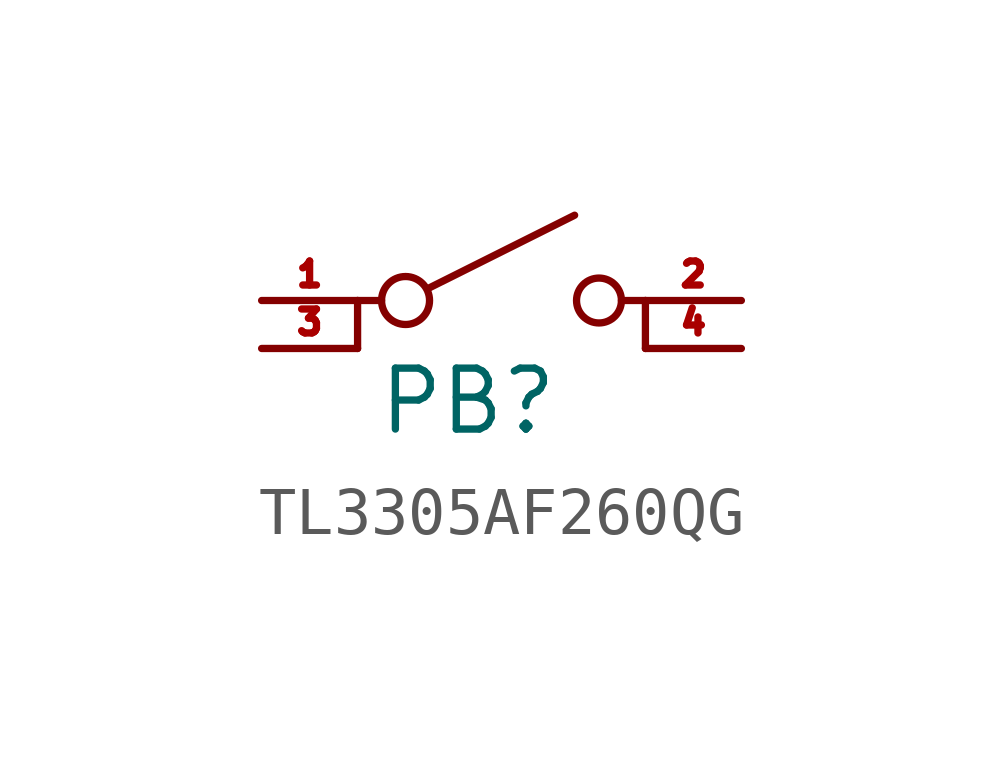
<source format=kicad_sym>
(kicad_symbol_lib
  (version 20211014)
  (generator kicad_symbol_editor)
  (symbol "TL3305AF260QG"
    (property "Reference" "PB"
      (at -0.7 -2.1 0)
      (effects (font (size 1.27 1.27))))
    (symbol "TL3305AF260QG_0_0"
      (circle (center -2 0) (radius 0.5) (stroke (width 0) (type default) (color 0 0 0 0)) (fill (type none)))
      (polyline (pts (xy -1.524 0.254) (xy 1.524 1.778)) (stroke (width 0) (type default) (color 0 0 0 0)) (fill (type none)))
      (circle (center 2.032 0) (radius 0.468) (stroke (width 0) (type default) (color 0 0 0 0)) (fill (type none))))
    (symbol "TL3305AF260QG_0_1"
      (polyline (pts (xy -3 -1) (xy -3 0)) (stroke (width 0) (type default) (color 0 0 0 0)) (fill (type none)))
      (polyline (pts (xy -3 0) (xy -2.5 0)) (stroke (width 0) (type default) (color 0 0 0 0)) (fill (type none)))
      (polyline (pts (xy 3 -1) (xy 3 0)) (stroke (width 0) (type default) (color 0 0 0 0)) (fill (type none)))
      (polyline (pts (xy 3 0) (xy 2.5 0)) (stroke (width 0) (type default) (color 0 0 0 0)) (fill (type none))))
    (symbol "TL3305AF260QG_1_1"
      (pin passive line (at -5 0 0) (length 2) (name "" (effects (font (size 1.27 1.27)))) (number "1" (effects (font (size 0.5 0.5)))))
      (pin passive line (at 5 0 180) (length 2) (name "" (effects (font (size 1.27 1.27)))) (number "2" (effects (font (size 0.5 0.5)))))
      (pin passive line (at -5 -1 0) (length 2) (name "" (effects (font (size 1.27 1.27)))) (number "3" (effects (font (size 0.5 0.5)))))
      (pin passive line (at 5 -1 180) (length 2) (name "" (effects (font (size 1.27 1.27)))) (number "4" (effects (font (size 0.5 0.5))))))))
</source>
